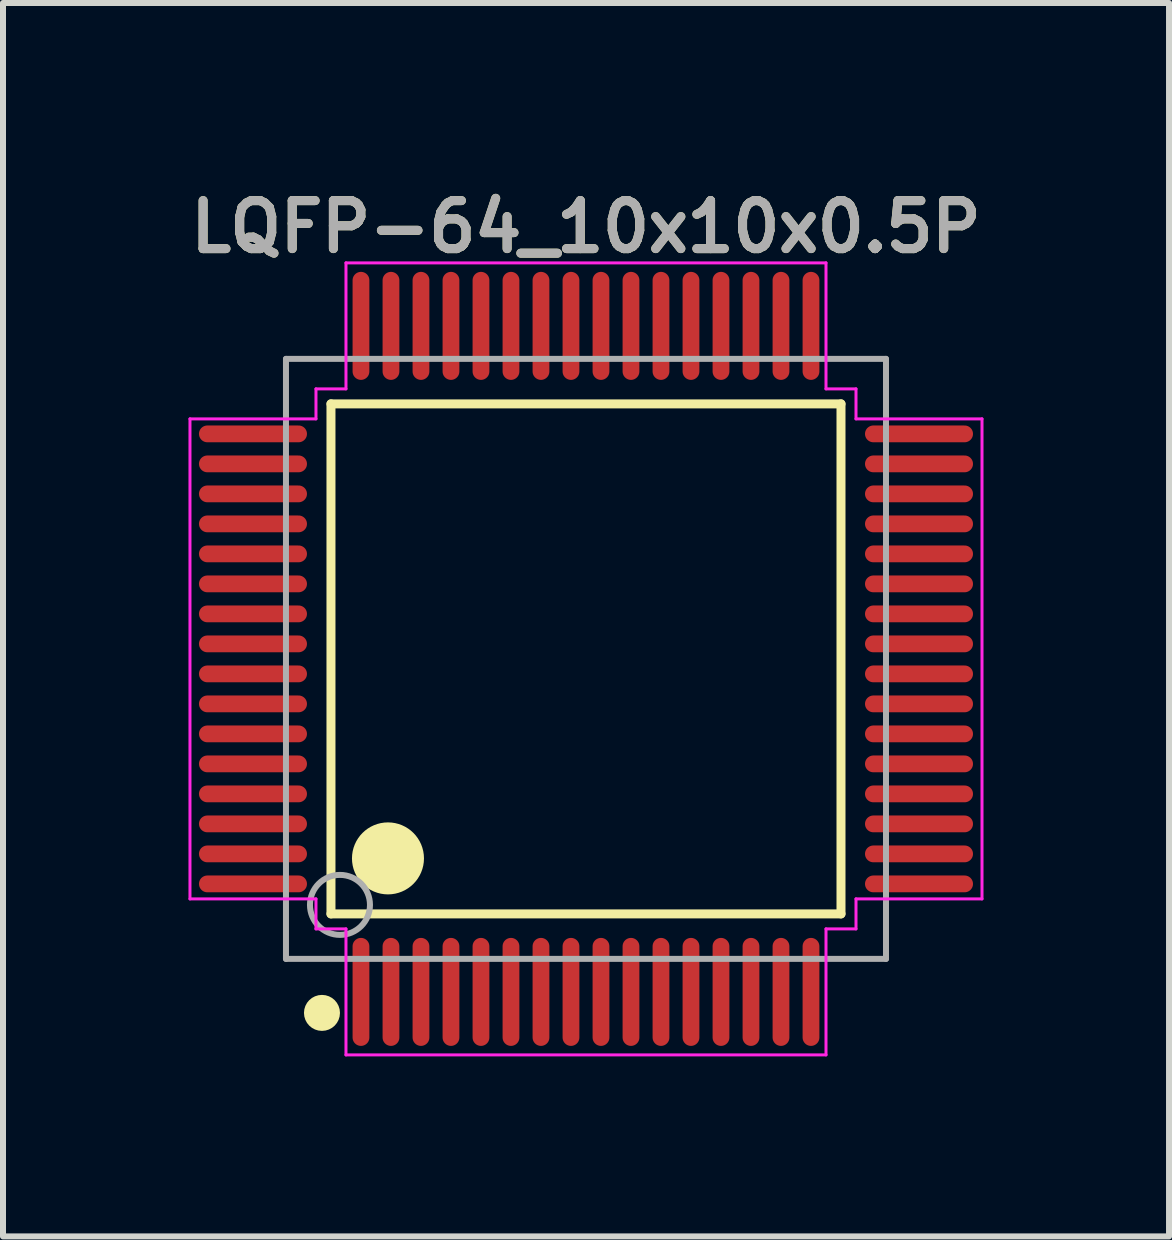
<source format=kicad_pcb>
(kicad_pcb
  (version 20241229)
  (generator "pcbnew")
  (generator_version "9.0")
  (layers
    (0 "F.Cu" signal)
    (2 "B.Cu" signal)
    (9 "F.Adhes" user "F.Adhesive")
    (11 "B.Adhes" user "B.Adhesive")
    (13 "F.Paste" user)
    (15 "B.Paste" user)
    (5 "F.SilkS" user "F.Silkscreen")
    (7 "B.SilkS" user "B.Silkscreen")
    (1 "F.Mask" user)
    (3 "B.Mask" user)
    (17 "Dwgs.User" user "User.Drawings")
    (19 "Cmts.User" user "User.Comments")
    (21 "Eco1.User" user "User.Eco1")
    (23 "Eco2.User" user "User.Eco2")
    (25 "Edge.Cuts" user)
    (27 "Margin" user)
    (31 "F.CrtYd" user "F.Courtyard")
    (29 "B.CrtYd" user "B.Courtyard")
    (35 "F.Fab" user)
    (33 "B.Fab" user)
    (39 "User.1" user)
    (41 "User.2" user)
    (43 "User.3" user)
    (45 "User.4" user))
  (footprint "LQFP-64_10x10x0.5P"
    (layer "F.Cu")
    (at 6.716 7.931)
    (property "Reference" "LQFP-64_10x10x0.5P" (at 0 -7.2 0) (layer "F.SilkS") (effects (font (size 0.8 0.8) (thickness 0.15))))
    (attr smd)
    (fp_line (start -4.25 -4.25) (end 4.25 -4.25) (stroke (width 0.15) (type solid)) (layer "F.SilkS"))
    (fp_line (start -4.25 4.25) (end -4.25 -4.25) (stroke (width 0.15) (type solid)) (layer "F.SilkS"))
    (fp_line (start -4.25 4.25) (end 4.25 4.25) (stroke (width 0.15) (type solid)) (layer "F.SilkS"))
    (fp_line (start 4.25 4.25) (end 4.25 -4.25) (stroke (width 0.15) (type solid)) (layer "F.SilkS"))
    (fp_circle (center -4.4 5.9) (end -4.25 5.9) (stroke (width 0.3) (type solid)) (fill no) (layer "F.SilkS"))
    (fp_circle (center -3.3 3.325) (end -3 3.325) (stroke (width 0.6) (type solid)) (fill no) (layer "F.SilkS"))
    (fp_line (start -6.6 -4) (end -6.6 4) (stroke (width 0.05) (type solid)) (layer "F.CrtYd"))
    (fp_line (start -4.5 -4.5) (end -4 -4.5) (stroke (width 0.05) (type solid)) (layer "F.CrtYd"))
    (fp_line (start -4.5 -4) (end -6.6 -4) (stroke (width 0.05) (type solid)) (layer "F.CrtYd"))
    (fp_line (start -4.5 -4) (end -4.5 -4.5) (stroke (width 0.05) (type solid)) (layer "F.CrtYd"))
    (fp_line (start -4.5 4) (end -6.6 4) (stroke (width 0.05) (type solid)) (layer "F.CrtYd"))
    (fp_line (start -4.5 4.5) (end -4.5 4) (stroke (width 0.05) (type solid)) (layer "F.CrtYd"))
    (fp_line (start -4 -4.5) (end -4 -6.6) (stroke (width 0.05) (type solid)) (layer "F.CrtYd"))
    (fp_line (start -4 4.5) (end -4.5 4.5) (stroke (width 0.05) (type solid)) (layer "F.CrtYd"))
    (fp_line (start -4 4.5) (end -4 6.6) (stroke (width 0.05) (type solid)) (layer "F.CrtYd"))
    (fp_line (start -4 6.6) (end 4 6.6) (stroke (width 0.05) (type solid)) (layer "F.CrtYd"))
    (fp_line (start 4 -6.6) (end -4 -6.6) (stroke (width 0.05) (type solid)) (layer "F.CrtYd"))
    (fp_line (start 4 -6.6) (end 4 -4.5) (stroke (width 0.05) (type solid)) (layer "F.CrtYd"))
    (fp_line (start 4 4.5) (end 4 6.6) (stroke (width 0.05) (type solid)) (layer "F.CrtYd"))
    (fp_line (start 4 4.5) (end 4.5 4.5) (stroke (width 0.05) (type solid)) (layer "F.CrtYd"))
    (fp_line (start 4.5 -4.5) (end 4 -4.5) (stroke (width 0.05) (type solid)) (layer "F.CrtYd"))
    (fp_line (start 4.5 -4) (end 4.5 -4.5) (stroke (width 0.05) (type solid)) (layer "F.CrtYd"))
    (fp_line (start 4.5 -4) (end 6.6 -4) (stroke (width 0.05) (type solid)) (layer "F.CrtYd"))
    (fp_line (start 4.5 4) (end 6.6 4) (stroke (width 0.05) (type solid)) (layer "F.CrtYd"))
    (fp_line (start 4.5 4.5) (end 4.5 4) (stroke (width 0.05) (type solid)) (layer "F.CrtYd"))
    (fp_line (start 6.6 4) (end 6.6 -4) (stroke (width 0.05) (type solid)) (layer "F.CrtYd"))
    (fp_line (start -5 -5) (end 5 -5) (stroke (width 0.1) (type solid)) (layer "F.Fab"))
    (fp_line (start -5 5) (end -5 -5) (stroke (width 0.1) (type solid)) (layer "F.Fab"))
    (fp_line (start -5 5) (end 5 5) (stroke (width 0.1) (type solid)) (layer "F.Fab"))
    (fp_line (start 5 5) (end 5 -5) (stroke (width 0.1) (type solid)) (layer "F.Fab"))
    (fp_circle (center -4.1 4.1) (end -3.6 4.1) (stroke (width 0.1) (type solid)) (fill no) (layer "F.Fab"))
    (fp_text user "${REFERENCE}" (at 0 -7.2 0) (layer "F.Fab") (effects (font (size 0.8 0.8) (thickness 0.15))))
    (pad "1" smd oval (at -3.75 5.55 180) (size 0.28 1.8) (layers "F.Cu" "F.Mask" "F.Paste"))
    (pad "2" smd oval (at -3.25 5.55 180) (size 0.28 1.8) (layers "F.Cu" "F.Mask" "F.Paste"))
    (pad "3" smd oval (at -2.75 5.55 180) (size 0.28 1.8) (layers "F.Cu" "F.Mask" "F.Paste"))
    (pad "4" smd oval (at -2.25 5.55 180) (size 0.28 1.8) (layers "F.Cu" "F.Mask" "F.Paste"))
    (pad "5" smd oval (at -1.75 5.55 180) (size 0.28 1.8) (layers "F.Cu" "F.Mask" "F.Paste"))
    (pad "6" smd oval (at -1.25 5.55 180) (size 0.28 1.8) (layers "F.Cu" "F.Mask" "F.Paste"))
    (pad "7" smd oval (at -0.75 5.55 180) (size 0.28 1.8) (layers "F.Cu" "F.Mask" "F.Paste"))
    (pad "8" smd oval (at -0.25 5.55 180) (size 0.28 1.8) (layers "F.Cu" "F.Mask" "F.Paste"))
    (pad "9" smd oval (at 0.25 5.55 180) (size 0.28 1.8) (layers "F.Cu" "F.Mask" "F.Paste"))
    (pad "10" smd oval (at 0.75 5.55 180) (size 0.28 1.8) (layers "F.Cu" "F.Mask" "F.Paste"))
    (pad "11" smd oval (at 1.25 5.55 180) (size 0.28 1.8) (layers "F.Cu" "F.Mask" "F.Paste"))
    (pad "12" smd oval (at 1.75 5.55 180) (size 0.28 1.8) (layers "F.Cu" "F.Mask" "F.Paste"))
    (pad "13" smd oval (at 2.25 5.55 180) (size 0.28 1.8) (layers "F.Cu" "F.Mask" "F.Paste"))
    (pad "14" smd oval (at 2.75 5.55 180) (size 0.28 1.8) (layers "F.Cu" "F.Mask" "F.Paste"))
    (pad "15" smd oval (at 3.25 5.55 180) (size 0.28 1.8) (layers "F.Cu" "F.Mask" "F.Paste"))
    (pad "16" smd oval (at 3.75 5.55 180) (size 0.28 1.8) (layers "F.Cu" "F.Mask" "F.Paste"))
    (pad "17" smd oval (at 5.55 3.75 90) (size 0.28 1.8) (layers "F.Cu" "F.Mask" "F.Paste"))
    (pad "18" smd oval (at 5.55 3.25 90) (size 0.28 1.8) (layers "F.Cu" "F.Mask" "F.Paste"))
    (pad "19" smd oval (at 5.55 2.75 90) (size 0.28 1.8) (layers "F.Cu" "F.Mask" "F.Paste"))
    (pad "20" smd oval (at 5.55 2.25 90) (size 0.28 1.8) (layers "F.Cu" "F.Mask" "F.Paste"))
    (pad "21" smd oval (at 5.55 1.75 90) (size 0.28 1.8) (layers "F.Cu" "F.Mask" "F.Paste"))
    (pad "22" smd oval (at 5.55 1.25 90) (size 0.28 1.8) (layers "F.Cu" "F.Mask" "F.Paste"))
    (pad "23" smd oval (at 5.55 0.75 90) (size 0.28 1.8) (layers "F.Cu" "F.Mask" "F.Paste"))
    (pad "24" smd oval (at 5.55 0.25 90) (size 0.28 1.8) (layers "F.Cu" "F.Mask" "F.Paste"))
    (pad "25" smd oval (at 5.55 -0.25 90) (size 0.28 1.8) (layers "F.Cu" "F.Mask" "F.Paste"))
    (pad "26" smd oval (at 5.55 -0.75 90) (size 0.28 1.8) (layers "F.Cu" "F.Mask" "F.Paste"))
    (pad "27" smd oval (at 5.55 -1.25 90) (size 0.28 1.8) (layers "F.Cu" "F.Mask" "F.Paste"))
    (pad "28" smd oval (at 5.55 -1.75 90) (size 0.28 1.8) (layers "F.Cu" "F.Mask" "F.Paste"))
    (pad "29" smd oval (at 5.55 -2.25 90) (size 0.28 1.8) (layers "F.Cu" "F.Mask" "F.Paste"))
    (pad "30" smd oval (at 5.55 -2.75 90) (size 0.28 1.8) (layers "F.Cu" "F.Mask" "F.Paste"))
    (pad "31" smd oval (at 5.55 -3.25 90) (size 0.28 1.8) (layers "F.Cu" "F.Mask" "F.Paste"))
    (pad "32" smd oval (at 5.55 -3.75 90) (size 0.28 1.8) (layers "F.Cu" "F.Mask" "F.Paste"))
    (pad "33" smd oval (at 3.75 -5.55 180) (size 0.28 1.8) (layers "F.Cu" "F.Mask" "F.Paste"))
    (pad "34" smd oval (at 3.25 -5.55 180) (size 0.28 1.8) (layers "F.Cu" "F.Mask" "F.Paste"))
    (pad "35" smd oval (at 2.75 -5.55 180) (size 0.28 1.8) (layers "F.Cu" "F.Mask" "F.Paste"))
    (pad "36" smd oval (at 2.25 -5.55 180) (size 0.28 1.8) (layers "F.Cu" "F.Mask" "F.Paste"))
    (pad "37" smd oval (at 1.75 -5.55 180) (size 0.28 1.8) (layers "F.Cu" "F.Mask" "F.Paste"))
    (pad "38" smd oval (at 1.25 -5.55 180) (size 0.28 1.8) (layers "F.Cu" "F.Mask" "F.Paste"))
    (pad "39" smd oval (at 0.75 -5.55 180) (size 0.28 1.8) (layers "F.Cu" "F.Mask" "F.Paste"))
    (pad "40" smd oval (at 0.25 -5.55 180) (size 0.28 1.8) (layers "F.Cu" "F.Mask" "F.Paste"))
    (pad "41" smd oval (at -0.25 -5.55 180) (size 0.28 1.8) (layers "F.Cu" "F.Mask" "F.Paste"))
    (pad "42" smd oval (at -0.75 -5.55 180) (size 0.28 1.8) (layers "F.Cu" "F.Mask" "F.Paste"))
    (pad "43" smd oval (at -1.25 -5.55 180) (size 0.28 1.8) (layers "F.Cu" "F.Mask" "F.Paste"))
    (pad "44" smd oval (at -1.75 -5.55 180) (size 0.28 1.8) (layers "F.Cu" "F.Mask" "F.Paste"))
    (pad "45" smd oval (at -2.25 -5.55 180) (size 0.28 1.8) (layers "F.Cu" "F.Mask" "F.Paste"))
    (pad "46" smd oval (at -2.75 -5.55 180) (size 0.28 1.8) (layers "F.Cu" "F.Mask" "F.Paste"))
    (pad "47" smd oval (at -3.25 -5.55 180) (size 0.28 1.8) (layers "F.Cu" "F.Mask" "F.Paste"))
    (pad "48" smd oval (at -3.75 -5.55 180) (size 0.28 1.8) (layers "F.Cu" "F.Mask" "F.Paste"))
    (pad "49" smd oval (at -5.55 -3.75 90) (size 0.28 1.8) (layers "F.Cu" "F.Mask" "F.Paste"))
    (pad "50" smd oval (at -5.55 -3.25 90) (size 0.28 1.8) (layers "F.Cu" "F.Mask" "F.Paste"))
    (pad "51" smd oval (at -5.55 -2.75 90) (size 0.28 1.8) (layers "F.Cu" "F.Mask" "F.Paste"))
    (pad "52" smd oval (at -5.55 -2.25 90) (size 0.28 1.8) (layers "F.Cu" "F.Mask" "F.Paste"))
    (pad "53" smd oval (at -5.55 -1.75 90) (size 0.28 1.8) (layers "F.Cu" "F.Mask" "F.Paste"))
    (pad "54" smd oval (at -5.55 -1.25 90) (size 0.28 1.8) (layers "F.Cu" "F.Mask" "F.Paste"))
    (pad "55" smd oval (at -5.55 -0.75 90) (size 0.28 1.8) (layers "F.Cu" "F.Mask" "F.Paste"))
    (pad "56" smd oval (at -5.55 -0.25 90) (size 0.28 1.8) (layers "F.Cu" "F.Mask" "F.Paste"))
    (pad "57" smd oval (at -5.55 0.25 90) (size 0.28 1.8) (layers "F.Cu" "F.Mask" "F.Paste"))
    (pad "58" smd oval (at -5.55 0.75 90) (size 0.28 1.8) (layers "F.Cu" "F.Mask" "F.Paste"))
    (pad "59" smd oval (at -5.55 1.25 90) (size 0.28 1.8) (layers "F.Cu" "F.Mask" "F.Paste"))
    (pad "60" smd oval (at -5.55 1.75 90) (size 0.28 1.8) (layers "F.Cu" "F.Mask" "F.Paste"))
    (pad "61" smd oval (at -5.55 2.25 90) (size 0.28 1.8) (layers "F.Cu" "F.Mask" "F.Paste"))
    (pad "62" smd oval (at -5.55 2.75 90) (size 0.28 1.8) (layers "F.Cu" "F.Mask" "F.Paste"))
    (pad "63" smd oval (at -5.55 3.25 90) (size 0.28 1.8) (layers "F.Cu" "F.Mask" "F.Paste"))
    (pad "64" smd oval (at -5.55 3.75 90) (size 0.28 1.8) (layers "F.Cu" "F.Mask" "F.Paste")))
  (gr_rect
    (start -3 -3)
    (end 16.433 17.556)
    (stroke (width 0.1) (type default))
    (fill no)
    (layer "Edge.Cuts")))
</source>
